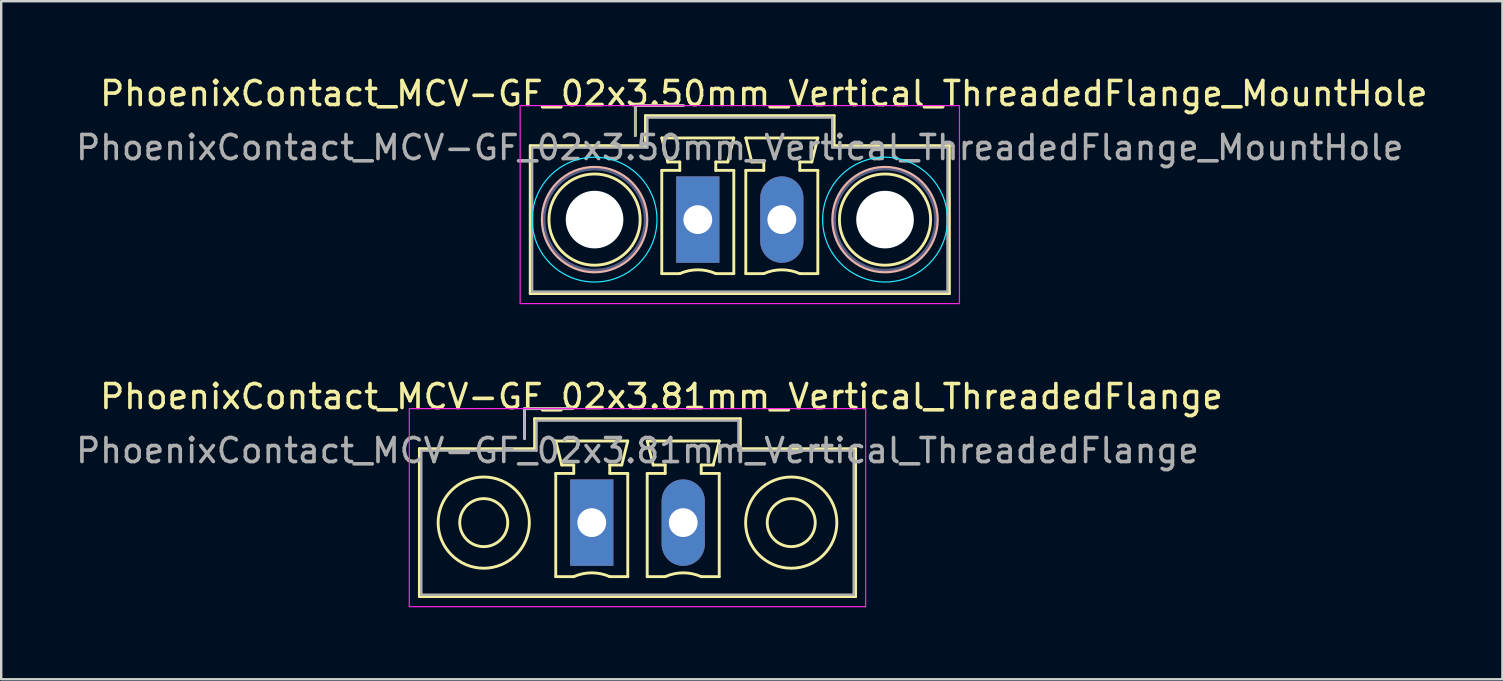
<source format=kicad_pcb>
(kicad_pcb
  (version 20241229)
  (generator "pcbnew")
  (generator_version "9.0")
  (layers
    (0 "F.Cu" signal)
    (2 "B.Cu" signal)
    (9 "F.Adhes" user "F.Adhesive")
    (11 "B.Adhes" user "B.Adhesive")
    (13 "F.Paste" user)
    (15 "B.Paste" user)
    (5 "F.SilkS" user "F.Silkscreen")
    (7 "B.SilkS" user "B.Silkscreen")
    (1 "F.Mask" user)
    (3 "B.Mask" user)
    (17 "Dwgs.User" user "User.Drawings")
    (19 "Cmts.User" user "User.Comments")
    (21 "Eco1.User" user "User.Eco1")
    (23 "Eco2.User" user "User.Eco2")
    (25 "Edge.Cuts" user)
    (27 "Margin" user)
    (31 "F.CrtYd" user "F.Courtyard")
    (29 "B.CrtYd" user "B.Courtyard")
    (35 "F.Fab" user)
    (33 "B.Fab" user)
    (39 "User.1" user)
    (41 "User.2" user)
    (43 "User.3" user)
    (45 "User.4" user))
  (footprint "PhoenixContact_MCV-GF_02x3.50mm_Vertical_ThreadedFlange_MountHole"
    (layer "F.Cu")
    (at 26.018 6.098)
    (property "Reference" "PhoenixContact_MCV-GF_02x3.50mm_Vertical_ThreadedFlange_MountHole" (at 2.75 -5.25 0) (layer "F.SilkS") (effects (font (size 1 1) (thickness 0.15))))
    (attr through_hole)
    (fp_line (start -6.98 -3.08) (end -6.98 3.08) (stroke (width 0.12) (type solid)) (layer "F.SilkS"))
    (fp_line (start -6.98 3.08) (end 10.48 3.08) (stroke (width 0.12) (type solid)) (layer "F.SilkS"))
    (fp_line (start -2.6 -4.75) (end -0.6 -4.75) (stroke (width 0.12) (type solid)) (layer "F.SilkS"))
    (fp_line (start -2.6 -3.5) (end -2.6 -4.75) (stroke (width 0.12) (type solid)) (layer "F.SilkS"))
    (fp_line (start -2.18 -4.33) (end -2.18 -3.08) (stroke (width 0.12) (type solid)) (layer "F.SilkS"))
    (fp_line (start -2.18 -3.08) (end -6.98 -3.08) (stroke (width 0.12) (type solid)) (layer "F.SilkS"))
    (fp_line (start -1.5 -3.4) (end 1.5 -3.4) (stroke (width 0.12) (type solid)) (layer "F.SilkS"))
    (fp_line (start -1.5 -2.05) (end -0.75 -2.05) (stroke (width 0.12) (type solid)) (layer "F.SilkS"))
    (fp_line (start -1.5 2.25) (end -1.5 -2.05) (stroke (width 0.12) (type solid)) (layer "F.SilkS"))
    (fp_line (start -1.25 -2.4) (end -1.5 -3.4) (stroke (width 0.12) (type solid)) (layer "F.SilkS"))
    (fp_line (start -0.75 -2.4) (end -1.25 -2.4) (stroke (width 0.12) (type solid)) (layer "F.SilkS"))
    (fp_line (start -0.75 -2.05) (end -0.75 -2.4) (stroke (width 0.12) (type solid)) (layer "F.SilkS"))
    (fp_line (start -0.75 2.25) (end -1.5 2.25) (stroke (width 0.12) (type solid)) (layer "F.SilkS"))
    (fp_line (start 0.75 -2.4) (end 0.75 -2.05) (stroke (width 0.12) (type solid)) (layer "F.SilkS"))
    (fp_line (start 0.75 -2.05) (end 1.5 -2.05) (stroke (width 0.12) (type solid)) (layer "F.SilkS"))
    (fp_line (start 1.25 -2.4) (end 0.75 -2.4) (stroke (width 0.12) (type solid)) (layer "F.SilkS"))
    (fp_line (start 1.5 -3.4) (end 1.25 -2.4) (stroke (width 0.12) (type solid)) (layer "F.SilkS"))
    (fp_line (start 1.5 -2.05) (end 1.5 2.25) (stroke (width 0.12) (type solid)) (layer "F.SilkS"))
    (fp_line (start 1.5 2.25) (end 0.75 2.25) (stroke (width 0.12) (type solid)) (layer "F.SilkS"))
    (fp_line (start 2 -3.4) (end 5 -3.4) (stroke (width 0.12) (type solid)) (layer "F.SilkS"))
    (fp_line (start 2 -2.05) (end 2.75 -2.05) (stroke (width 0.12) (type solid)) (layer "F.SilkS"))
    (fp_line (start 2 2.25) (end 2 -2.05) (stroke (width 0.12) (type solid)) (layer "F.SilkS"))
    (fp_line (start 2.25 -2.4) (end 2 -3.4) (stroke (width 0.12) (type solid)) (layer "F.SilkS"))
    (fp_line (start 2.75 -2.4) (end 2.25 -2.4) (stroke (width 0.12) (type solid)) (layer "F.SilkS"))
    (fp_line (start 2.75 -2.05) (end 2.75 -2.4) (stroke (width 0.12) (type solid)) (layer "F.SilkS"))
    (fp_line (start 2.75 2.25) (end 2 2.25) (stroke (width 0.12) (type solid)) (layer "F.SilkS"))
    (fp_line (start 4.25 -2.4) (end 4.25 -2.05) (stroke (width 0.12) (type solid)) (layer "F.SilkS"))
    (fp_line (start 4.25 -2.05) (end 5 -2.05) (stroke (width 0.12) (type solid)) (layer "F.SilkS"))
    (fp_line (start 4.75 -2.4) (end 4.25 -2.4) (stroke (width 0.12) (type solid)) (layer "F.SilkS"))
    (fp_line (start 5 -3.4) (end 4.75 -2.4) (stroke (width 0.12) (type solid)) (layer "F.SilkS"))
    (fp_line (start 5 -2.05) (end 5 2.25) (stroke (width 0.12) (type solid)) (layer "F.SilkS"))
    (fp_line (start 5 2.25) (end 4.25 2.25) (stroke (width 0.12) (type solid)) (layer "F.SilkS"))
    (fp_line (start 5.68 -4.33) (end -2.18 -4.33) (stroke (width 0.12) (type solid)) (layer "F.SilkS"))
    (fp_line (start 5.68 -3.08) (end 5.68 -4.33) (stroke (width 0.12) (type solid)) (layer "F.SilkS"))
    (fp_line (start 10.48 -3.08) (end 5.68 -3.08) (stroke (width 0.12) (type solid)) (layer "F.SilkS"))
    (fp_line (start 10.48 3.08) (end 10.48 -3.08) (stroke (width 0.12) (type solid)) (layer "F.SilkS"))
    (fp_arc (start -0.75 2.25) (mid -0.000193 2.09191) (end 0.749647 2.249844) (stroke (width 0.12) (type solid)) (layer "F.SilkS"))
    (fp_arc (start 2.75 2.25) (mid 3.499807 2.09191) (end 4.249647 2.249844) (stroke (width 0.12) (type solid)) (layer "F.SilkS"))
    (fp_circle (center -4.3 0) (end -2.4 0) (stroke (width 0.12) (type solid)) (fill no) (layer "F.SilkS"))
    (fp_circle (center 7.8 0) (end 9.7 0) (stroke (width 0.12) (type solid)) (fill no) (layer "F.SilkS"))
    (fp_circle (center -4.3 0) (end -2.12 0) (stroke (width 0.12) (type solid)) (fill no) (layer "B.SilkS"))
    (fp_circle (center 7.8 0) (end 9.98 0) (stroke (width 0.12) (type solid)) (fill no) (layer "B.SilkS"))
    (fp_circle (center -4.3 0) (end -1.7 0) (stroke (width 0.05) (type solid)) (fill no) (layer "B.CrtYd"))
    (fp_circle (center 7.8 0) (end 10.4 0) (stroke (width 0.05) (type solid)) (fill no) (layer "B.CrtYd"))
    (fp_line (start -7.4 -4.75) (end -7.4 3.5) (stroke (width 0.05) (type solid)) (layer "F.CrtYd"))
    (fp_line (start -7.4 3.5) (end 10.9 3.5) (stroke (width 0.05) (type solid)) (layer "F.CrtYd"))
    (fp_line (start 10.9 -4.75) (end -7.4 -4.75) (stroke (width 0.05) (type solid)) (layer "F.CrtYd"))
    (fp_line (start 10.9 3.5) (end 10.9 -4.75) (stroke (width 0.05) (type solid)) (layer "F.CrtYd"))
    (fp_circle (center -4.3 0) (end -2.2 0) (stroke (width 0.1) (type solid)) (fill no) (layer "B.Fab"))
    (fp_circle (center 7.8 0) (end 9.9 0) (stroke (width 0.1) (type solid)) (fill no) (layer "B.Fab"))
    (fp_line (start -6.9 -3) (end -6.9 3) (stroke (width 0.1) (type solid)) (layer "F.Fab"))
    (fp_line (start -6.9 3) (end 10.4 3) (stroke (width 0.1) (type solid)) (layer "F.Fab"))
    (fp_line (start -2.6 -4.75) (end -0.6 -4.75) (stroke (width 0.1) (type solid)) (layer "F.Fab"))
    (fp_line (start -2.6 -3.5) (end -2.6 -4.75) (stroke (width 0.1) (type solid)) (layer "F.Fab"))
    (fp_line (start -2.1 -4.25) (end -2.1 -3) (stroke (width 0.1) (type solid)) (layer "F.Fab"))
    (fp_line (start -2.1 -3) (end -6.9 -3) (stroke (width 0.1) (type solid)) (layer "F.Fab"))
    (fp_line (start 5.6 -4.25) (end -2.1 -4.25) (stroke (width 0.1) (type solid)) (layer "F.Fab"))
    (fp_line (start 5.6 -3) (end 5.6 -4.25) (stroke (width 0.1) (type solid)) (layer "F.Fab"))
    (fp_line (start 10.4 -3) (end 5.6 -3) (stroke (width 0.1) (type solid)) (layer "F.Fab"))
    (fp_line (start 10.4 3) (end 10.4 -3) (stroke (width 0.1) (type solid)) (layer "F.Fab"))
    (fp_text user "${REFERENCE}" (at 1.75 -3 0) (layer "F.Fab") (effects (font (size 1 1) (thickness 0.15))))
    (pad "" np_thru_hole circle (at -4.3 0) (size 2.4 2.4) (drill 2.4) (layers "*.Cu" "*.Mask"))
    (pad "" np_thru_hole circle (at 7.8 0) (size 2.4 2.4) (drill 2.4) (layers "*.Cu" "*.Mask"))
    (pad "1" thru_hole rect (at 0 0) (size 1.8 3.6) (drill 1.2) (layers "*.Cu" "*.Mask"))
    (pad "2" thru_hole oval (at 3.5 0) (size 1.8 3.6) (drill 1.2) (layers "*.Cu" "*.Mask")))
  (footprint "PhoenixContact_MCV-GF_02x3.81mm_Vertical_ThreadedFlange"
    (layer "F.Cu")
    (at 21.601 18.721)
    (property "Reference" "PhoenixContact_MCV-GF_02x3.81mm_Vertical_ThreadedFlange" (at 2.905 -5.25 0) (layer "F.SilkS") (effects (font (size 1 1) (thickness 0.15))))
    (attr through_hole)
    (fp_line (start -7.18 -3.08) (end -7.18 3.08) (stroke (width 0.12) (type solid)) (layer "F.SilkS"))
    (fp_line (start -7.18 3.08) (end 10.99 3.08) (stroke (width 0.12) (type solid)) (layer "F.SilkS"))
    (fp_line (start -2.8 -4.75) (end -0.8 -4.75) (stroke (width 0.12) (type solid)) (layer "F.SilkS"))
    (fp_line (start -2.8 -3.5) (end -2.8 -4.75) (stroke (width 0.12) (type solid)) (layer "F.SilkS"))
    (fp_line (start -2.38 -4.33) (end -2.38 -3.08) (stroke (width 0.12) (type solid)) (layer "F.SilkS"))
    (fp_line (start -2.38 -3.08) (end -7.18 -3.08) (stroke (width 0.12) (type solid)) (layer "F.SilkS"))
    (fp_line (start -1.5 -3.4) (end 1.5 -3.4) (stroke (width 0.12) (type solid)) (layer "F.SilkS"))
    (fp_line (start -1.5 -2.05) (end -0.75 -2.05) (stroke (width 0.12) (type solid)) (layer "F.SilkS"))
    (fp_line (start -1.5 2.25) (end -1.5 -2.05) (stroke (width 0.12) (type solid)) (layer "F.SilkS"))
    (fp_line (start -1.25 -2.4) (end -1.5 -3.4) (stroke (width 0.12) (type solid)) (layer "F.SilkS"))
    (fp_line (start -0.75 -2.4) (end -1.25 -2.4) (stroke (width 0.12) (type solid)) (layer "F.SilkS"))
    (fp_line (start -0.75 -2.05) (end -0.75 -2.4) (stroke (width 0.12) (type solid)) (layer "F.SilkS"))
    (fp_line (start -0.75 2.25) (end -1.5 2.25) (stroke (width 0.12) (type solid)) (layer "F.SilkS"))
    (fp_line (start 0.75 -2.4) (end 0.75 -2.05) (stroke (width 0.12) (type solid)) (layer "F.SilkS"))
    (fp_line (start 0.75 -2.05) (end 1.5 -2.05) (stroke (width 0.12) (type solid)) (layer "F.SilkS"))
    (fp_line (start 1.25 -2.4) (end 0.75 -2.4) (stroke (width 0.12) (type solid)) (layer "F.SilkS"))
    (fp_line (start 1.5 -3.4) (end 1.25 -2.4) (stroke (width 0.12) (type solid)) (layer "F.SilkS"))
    (fp_line (start 1.5 -2.05) (end 1.5 2.25) (stroke (width 0.12) (type solid)) (layer "F.SilkS"))
    (fp_line (start 1.5 2.25) (end 0.75 2.25) (stroke (width 0.12) (type solid)) (layer "F.SilkS"))
    (fp_line (start 2.31 -3.4) (end 5.31 -3.4) (stroke (width 0.12) (type solid)) (layer "F.SilkS"))
    (fp_line (start 2.31 -2.05) (end 3.06 -2.05) (stroke (width 0.12) (type solid)) (layer "F.SilkS"))
    (fp_line (start 2.31 2.25) (end 2.31 -2.05) (stroke (width 0.12) (type solid)) (layer "F.SilkS"))
    (fp_line (start 2.56 -2.4) (end 2.31 -3.4) (stroke (width 0.12) (type solid)) (layer "F.SilkS"))
    (fp_line (start 3.06 -2.4) (end 2.56 -2.4) (stroke (width 0.12) (type solid)) (layer "F.SilkS"))
    (fp_line (start 3.06 -2.05) (end 3.06 -2.4) (stroke (width 0.12) (type solid)) (layer "F.SilkS"))
    (fp_line (start 3.06 2.25) (end 2.31 2.25) (stroke (width 0.12) (type solid)) (layer "F.SilkS"))
    (fp_line (start 4.56 -2.4) (end 4.56 -2.05) (stroke (width 0.12) (type solid)) (layer "F.SilkS"))
    (fp_line (start 4.56 -2.05) (end 5.31 -2.05) (stroke (width 0.12) (type solid)) (layer "F.SilkS"))
    (fp_line (start 5.06 -2.4) (end 4.56 -2.4) (stroke (width 0.12) (type solid)) (layer "F.SilkS"))
    (fp_line (start 5.31 -3.4) (end 5.06 -2.4) (stroke (width 0.12) (type solid)) (layer "F.SilkS"))
    (fp_line (start 5.31 -2.05) (end 5.31 2.25) (stroke (width 0.12) (type solid)) (layer "F.SilkS"))
    (fp_line (start 5.31 2.25) (end 4.56 2.25) (stroke (width 0.12) (type solid)) (layer "F.SilkS"))
    (fp_line (start 6.19 -4.33) (end -2.38 -4.33) (stroke (width 0.12) (type solid)) (layer "F.SilkS"))
    (fp_line (start 6.19 -3.08) (end 6.19 -4.33) (stroke (width 0.12) (type solid)) (layer "F.SilkS"))
    (fp_line (start 10.99 -3.08) (end 6.19 -3.08) (stroke (width 0.12) (type solid)) (layer "F.SilkS"))
    (fp_line (start 10.99 3.08) (end 10.99 -3.08) (stroke (width 0.12) (type solid)) (layer "F.SilkS"))
    (fp_arc (start -0.75 2.25) (mid -0.000193 2.09191) (end 0.749647 2.249844) (stroke (width 0.12) (type solid)) (layer "F.SilkS"))
    (fp_arc (start 3.06 2.25) (mid 3.809807 2.09191) (end 4.559647 2.249844) (stroke (width 0.12) (type solid)) (layer "F.SilkS"))
    (fp_circle (center -4.5 0) (end -3.5 0) (stroke (width 0.12) (type solid)) (fill no) (layer "F.SilkS"))
    (fp_circle (center -4.5 0) (end -2.6 0) (stroke (width 0.12) (type solid)) (fill no) (layer "F.SilkS"))
    (fp_circle (center 8.31 0) (end 9.31 0) (stroke (width 0.12) (type solid)) (fill no) (layer "F.SilkS"))
    (fp_circle (center 8.31 0) (end 10.21 0) (stroke (width 0.12) (type solid)) (fill no) (layer "F.SilkS"))
    (fp_line (start -7.6 -4.75) (end -7.6 3.5) (stroke (width 0.05) (type solid)) (layer "F.CrtYd"))
    (fp_line (start -7.6 3.5) (end 11.41 3.5) (stroke (width 0.05) (type solid)) (layer "F.CrtYd"))
    (fp_line (start 11.41 -4.75) (end -7.6 -4.75) (stroke (width 0.05) (type solid)) (layer "F.CrtYd"))
    (fp_line (start 11.41 3.5) (end 11.41 -4.75) (stroke (width 0.05) (type solid)) (layer "F.CrtYd"))
    (fp_line (start -7.1 -3) (end -7.1 3) (stroke (width 0.1) (type solid)) (layer "F.Fab"))
    (fp_line (start -7.1 3) (end 10.91 3) (stroke (width 0.1) (type solid)) (layer "F.Fab"))
    (fp_line (start -2.8 -4.75) (end -0.8 -4.75) (stroke (width 0.1) (type solid)) (layer "F.Fab"))
    (fp_line (start -2.8 -3.5) (end -2.8 -4.75) (stroke (width 0.1) (type solid)) (layer "F.Fab"))
    (fp_line (start -2.3 -4.25) (end -2.3 -3) (stroke (width 0.1) (type solid)) (layer "F.Fab"))
    (fp_line (start -2.3 -3) (end -7.1 -3) (stroke (width 0.1) (type solid)) (layer "F.Fab"))
    (fp_line (start 6.11 -4.25) (end -2.3 -4.25) (stroke (width 0.1) (type solid)) (layer "F.Fab"))
    (fp_line (start 6.11 -3) (end 6.11 -4.25) (stroke (width 0.1) (type solid)) (layer "F.Fab"))
    (fp_line (start 10.91 -3) (end 6.11 -3) (stroke (width 0.1) (type solid)) (layer "F.Fab"))
    (fp_line (start 10.91 3) (end 10.91 -3) (stroke (width 0.1) (type solid)) (layer "F.Fab"))
    (fp_text user "${REFERENCE}" (at 1.905 -3 0) (layer "F.Fab") (effects (font (size 1 1) (thickness 0.15))))
    (pad "1" thru_hole rect (at 0 0) (size 1.8 3.6) (drill 1.2) (layers "*.Cu" "*.Mask"))
    (pad "2" thru_hole oval (at 3.81 0) (size 1.8 3.6) (drill 1.2) (layers "*.Cu" "*.Mask")))
  (gr_rect
    (start -3 -3)
    (end 59.536 25.247)
    (stroke (width 0.1) (type default))
    (fill no)
    (layer "Edge.Cuts")))
</source>
